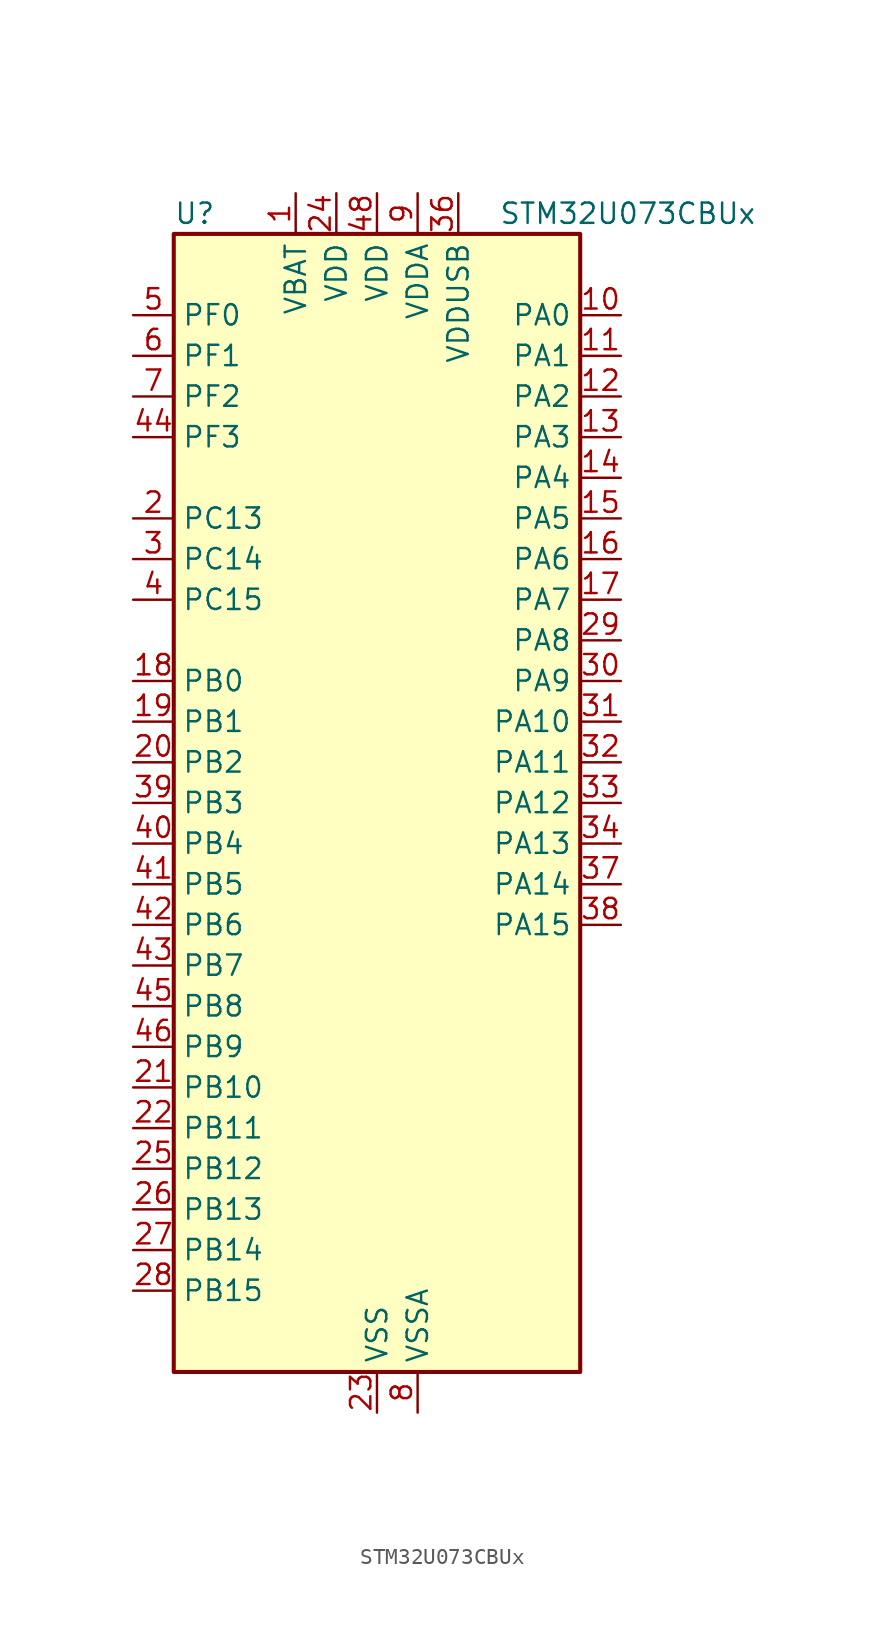
<source format=kicad_sym>
(kicad_symbol_lib
  (version 20241209)
  (generator "kicad_symbol_editor")
  (generator_version "9.0")
  (symbol "STM32U073CBUx"
    (property "Reference" "U"
      (at -12.7 36.83 0)
      (effects (font (size 1.27 1.27)) (justify left)))
    (property "Value" "STM32U073CBUx"
      (at 7.62 36.83 0)
      (effects (font (size 1.27 1.27)) (justify left)))
    (symbol "STM32U073CBUx_0_1"
      (rectangle (start -12.7 -35.56) (end 12.7 35.56) (stroke (width 0.254) (type default)) (fill (type background))))
    (symbol "STM32U073CBUx_1_1"
      (pin bidirectional line (at -15.24 30.48 0) (length 2.54) (name "PF0" (effects (font (size 1.27 1.27)))) (number "5" (effects (font (size 1.27 1.27)))) (alternate "RCC_OSC_IN" bidirectional line))
      (pin bidirectional line (at -15.24 27.94 0) (length 2.54) (name "PF1" (effects (font (size 1.27 1.27)))) (number "6" (effects (font (size 1.27 1.27)))) (alternate "RCC_OSC_EN" bidirectional line) (alternate "RCC_OSC_OUT" bidirectional line))
      (pin bidirectional line (at -15.24 25.4 0) (length 2.54) (name "PF2" (effects (font (size 1.27 1.27)))) (number "7" (effects (font (size 1.27 1.27)))) (alternate "RCC_MCO" bidirectional line))
      (pin bidirectional line (at -15.24 22.86 0) (length 2.54) (name "PF3" (effects (font (size 1.27 1.27)))) (number "44" (effects (font (size 1.27 1.27)))))
      (pin bidirectional line (at -15.24 17.78 0) (length 2.54) (name "PC13" (effects (font (size 1.27 1.27)))) (number "2" (effects (font (size 1.27 1.27)))) (alternate "LPTIM1_CH3" bidirectional line) (alternate "LPTIM3_CH3" bidirectional line) (alternate "PWR_WKUP2" bidirectional line) (alternate "RTC_OUT1" bidirectional line) (alternate "RTC_TS" bidirectional line) (alternate "TAMP_IN1" bidirectional line))
      (pin bidirectional line (at -15.24 15.24 0) (length 2.54) (name "PC14" (effects (font (size 1.27 1.27)))) (number "3" (effects (font (size 1.27 1.27)))) (alternate "RCC_OSC32_IN" bidirectional line))
      (pin bidirectional line (at -15.24 12.7 0) (length 2.54) (name "PC15" (effects (font (size 1.27 1.27)))) (number "4" (effects (font (size 1.27 1.27)))) (alternate "RCC_OSC32_EN" bidirectional line) (alternate "RCC_OSC32_OUT" bidirectional line) (alternate "RCC_OSC_EN" bidirectional line))
      (pin bidirectional line (at -15.24 7.62 0) (length 2.54) (name "PB0" (effects (font (size 1.27 1.27)))) (number "18" (effects (font (size 1.27 1.27)))) (alternate "ADC1_IN17" bidirectional line) (alternate "COMP1_OUT" bidirectional line) (alternate "LCD_SEG5" bidirectional line) (alternate "LPTIM3_CH1" bidirectional line) (alternate "LPUART2_CTS" bidirectional line) (alternate "SPI1_NSS" bidirectional line) (alternate "TIM1_CH2N" bidirectional line) (alternate "TIM3_CH3" bidirectional line) (alternate "TSC_G5_IO2" bidirectional line) (alternate "USART3_CK" bidirectional line))
      (pin bidirectional line (at -15.24 5.08 0) (length 2.54) (name "PB1" (effects (font (size 1.27 1.27)))) (number "19" (effects (font (size 1.27 1.27)))) (alternate "ADC1_IN18" bidirectional line) (alternate "COMP1_INM" bidirectional line) (alternate "LCD_SEG6" bidirectional line) (alternate "LPTIM2_IN1" bidirectional line) (alternate "LPTIM3_CH2" bidirectional line) (alternate "LPUART1_DE" bidirectional line) (alternate "LPUART1_RTS" bidirectional line) (alternate "LPUART2_DE" bidirectional line) (alternate "LPUART2_RTS" bidirectional line) (alternate "TIM1_CH3N" bidirectional line) (alternate "TIM3_CH4" bidirectional line) (alternate "TSC_SYNC" bidirectional line) (alternate "USART3_DE" bidirectional line) (alternate "USART3_RTS" bidirectional line))
      (pin bidirectional line (at -15.24 2.54 0) (length 2.54) (name "PB2" (effects (font (size 1.27 1.27)))) (number "20" (effects (font (size 1.27 1.27)))) (alternate "COMP1_INP" bidirectional line) (alternate "LCD_VLCD" bidirectional line) (alternate "LPTIM1_CH1" bidirectional line) (alternate "RTC_OUT2" bidirectional line))
      (pin bidirectional line (at -15.24 0 0) (length 2.54) (name "PB3" (effects (font (size 1.27 1.27)))) (number "39" (effects (font (size 1.27 1.27)))) (alternate "COMP2_INM" bidirectional line) (alternate "DEBUG_JTDO-SWO" bidirectional line) (alternate "I2C2_SCL" bidirectional line) (alternate "I2C3_SCL" bidirectional line) (alternate "LCD_SEG7" bidirectional line) (alternate "LPTIM1_CH3" bidirectional line) (alternate "SPI1_SCK" bidirectional line) (alternate "SPI3_SCK" bidirectional line) (alternate "TIM2_CH2" bidirectional line) (alternate "USART1_DE" bidirectional line) (alternate "USART1_RTS" bidirectional line))
      (pin bidirectional line (at -15.24 -2.54 0) (length 2.54) (name "PB4" (effects (font (size 1.27 1.27)))) (number "40" (effects (font (size 1.27 1.27)))) (alternate "COMP2_INP" bidirectional line) (alternate "I2C2_SDA" bidirectional line) (alternate "I2C3_SDA" bidirectional line) (alternate "LCD_SEG8" bidirectional line) (alternate "LPTIM1_CH4" bidirectional line) (alternate "LPUART3_DE" bidirectional line) (alternate "LPUART3_RTS" bidirectional line) (alternate "SPI1_MISO" bidirectional line) (alternate "SPI3_MISO" bidirectional line) (alternate "TIM3_CH1" bidirectional line) (alternate "TSC_G2_IO1" bidirectional line) (alternate "USART1_CTS" bidirectional line))
      (pin bidirectional line (at -15.24 -5.08 0) (length 2.54) (name "PB5" (effects (font (size 1.27 1.27)))) (number "41" (effects (font (size 1.27 1.27)))) (alternate "COMP2_OUT" bidirectional line) (alternate "LCD_SEG9" bidirectional line) (alternate "LPTIM1_IN1" bidirectional line) (alternate "LPUART3_CTS" bidirectional line) (alternate "SPI1_MOSI" bidirectional line) (alternate "SPI3_MOSI" bidirectional line) (alternate "TIM16_BKIN" bidirectional line) (alternate "TIM3_CH2" bidirectional line) (alternate "TSC_G2_IO2" bidirectional line) (alternate "USART1_CK" bidirectional line))
      (pin bidirectional line (at -15.24 -7.62 0) (length 2.54) (name "PB6" (effects (font (size 1.27 1.27)))) (number "42" (effects (font (size 1.27 1.27)))) (alternate "COMP2_INP" bidirectional line) (alternate "I2C1_SCL" bidirectional line) (alternate "I2C2_SCL" bidirectional line) (alternate "I2C4_SCL" bidirectional line) (alternate "LPTIM1_ETR" bidirectional line) (alternate "LPUART2_TX" bidirectional line) (alternate "LPUART3_TX" bidirectional line) (alternate "TIM16_CH1N" bidirectional line) (alternate "TSC_G2_IO3" bidirectional line) (alternate "USART1_TX" bidirectional line))
      (pin bidirectional line (at -15.24 -10.16 0) (length 2.54) (name "PB7" (effects (font (size 1.27 1.27)))) (number "43" (effects (font (size 1.27 1.27)))) (alternate "COMP2_INM" bidirectional line) (alternate "I2C1_SDA" bidirectional line) (alternate "I2C2_SDA" bidirectional line) (alternate "I2C4_SDA" bidirectional line) (alternate "LCD_SEG21" bidirectional line) (alternate "LPTIM1_IN2" bidirectional line) (alternate "LPUART2_RX" bidirectional line) (alternate "LPUART3_RX" bidirectional line) (alternate "PWR_PVD_IN" bidirectional line) (alternate "TSC_G2_IO4" bidirectional line) (alternate "USART1_RX" bidirectional line) (alternate "USART4_CTS" bidirectional line))
      (pin bidirectional line (at -15.24 -12.7 0) (length 2.54) (name "PB8" (effects (font (size 1.27 1.27)))) (number "45" (effects (font (size 1.27 1.27)))) (alternate "I2C1_SCL" bidirectional line) (alternate "I2C2_SCL" bidirectional line) (alternate "LCD_SEG16" bidirectional line) (alternate "LPTIM1_IN2" bidirectional line) (alternate "LPTIM3_IN2" bidirectional line) (alternate "TIM16_CH1" bidirectional line) (alternate "USART3_TX" bidirectional line))
      (pin bidirectional line (at -15.24 -15.24 0) (length 2.54) (name "PB9" (effects (font (size 1.27 1.27)))) (number "46" (effects (font (size 1.27 1.27)))) (alternate "DAC1_EXTI9" bidirectional line) (alternate "I2C1_SDA" bidirectional line) (alternate "I2C2_SDA" bidirectional line) (alternate "IR_OUT" bidirectional line) (alternate "LCD_COM3" bidirectional line) (alternate "LPTIM1_CH4" bidirectional line) (alternate "LPTIM3_CH4" bidirectional line) (alternate "SPI2_NSS" bidirectional line) (alternate "USART3_RX" bidirectional line))
      (pin bidirectional line (at -15.24 -17.78 0) (length 2.54) (name "PB10" (effects (font (size 1.27 1.27)))) (number "21" (effects (font (size 1.27 1.27)))) (alternate "COMP1_OUT" bidirectional line) (alternate "I2C2_SCL" bidirectional line) (alternate "I2C4_SCL" bidirectional line) (alternate "LCD_SEG10" bidirectional line) (alternate "LPTIM3_CH1" bidirectional line) (alternate "LPUART1_RX" bidirectional line) (alternate "LPUART2_RX" bidirectional line) (alternate "SPI2_SCK" bidirectional line) (alternate "TIM2_CH3" bidirectional line) (alternate "TSC_G5_IO3" bidirectional line) (alternate "USART3_TX" bidirectional line))
      (pin bidirectional line (at -15.24 -20.32 0) (length 2.54) (name "PB11" (effects (font (size 1.27 1.27)))) (number "22" (effects (font (size 1.27 1.27)))) (alternate "ADC1_EXTI11" bidirectional line) (alternate "COMP2_OUT" bidirectional line) (alternate "I2C2_SDA" bidirectional line) (alternate "I2C4_SDA" bidirectional line) (alternate "LCD_SEG11" bidirectional line) (alternate "LPUART1_TX" bidirectional line) (alternate "LPUART2_TX" bidirectional line) (alternate "TIM2_CH4" bidirectional line) (alternate "TSC_G5_IO4" bidirectional line) (alternate "USART3_RX" bidirectional line))
      (pin bidirectional line (at -15.24 -22.86 0) (length 2.54) (name "PB12" (effects (font (size 1.27 1.27)))) (number "25" (effects (font (size 1.27 1.27)))) (alternate "LCD_SEG12" bidirectional line) (alternate "LPUART1_DE" bidirectional line) (alternate "LPUART1_RTS" bidirectional line) (alternate "SPI2_NSS" bidirectional line) (alternate "TIM15_BKIN" bidirectional line) (alternate "TIM1_BKIN" bidirectional line) (alternate "TSC_G1_IO1" bidirectional line) (alternate "USART3_CK" bidirectional line))
      (pin bidirectional line (at -15.24 -25.4 0) (length 2.54) (name "PB13" (effects (font (size 1.27 1.27)))) (number "26" (effects (font (size 1.27 1.27)))) (alternate "I2C2_SCL" bidirectional line) (alternate "LCD_SEG13" bidirectional line) (alternate "LPTIM3_IN1" bidirectional line) (alternate "LPUART1_CTS" bidirectional line) (alternate "SPI2_SCK" bidirectional line) (alternate "TIM15_CH1N" bidirectional line) (alternate "TIM1_CH1N" bidirectional line) (alternate "TSC_G1_IO2" bidirectional line) (alternate "USART3_CTS" bidirectional line))
      (pin bidirectional line (at -15.24 -27.94 0) (length 2.54) (name "PB14" (effects (font (size 1.27 1.27)))) (number "27" (effects (font (size 1.27 1.27)))) (alternate "I2C2_SDA" bidirectional line) (alternate "LCD_SEG14" bidirectional line) (alternate "LPTIM3_ETR" bidirectional line) (alternate "SPI2_MISO" bidirectional line) (alternate "TIM15_CH1" bidirectional line) (alternate "TIM1_CH2N" bidirectional line) (alternate "TSC_G1_IO3" bidirectional line) (alternate "USART3_DE" bidirectional line) (alternate "USART3_RTS" bidirectional line))
      (pin bidirectional line (at -15.24 -30.48 0) (length 2.54) (name "PB15" (effects (font (size 1.27 1.27)))) (number "28" (effects (font (size 1.27 1.27)))) (alternate "LCD_SEG15" bidirectional line) (alternate "PWR_WKUP7" bidirectional line) (alternate "RTC_REFIN" bidirectional line) (alternate "SPI2_MOSI" bidirectional line) (alternate "TAMP_IN3" bidirectional line) (alternate "TIM15_CH2" bidirectional line) (alternate "TIM1_CH3N" bidirectional line) (alternate "TSC_G1_IO4" bidirectional line))
      (pin power_in line (at -5.08 38.1 270) (length 2.54) (name "VBAT" (effects (font (size 1.27 1.27)))) (number "1" (effects (font (size 1.27 1.27)))))
      (pin power_in line (at -2.54 38.1 270) (length 2.54) (name "VDD" (effects (font (size 1.27 1.27)))) (number "24" (effects (font (size 1.27 1.27)))))
      (pin power_in line (at 0 38.1 270) (length 2.54) (name "VDD" (effects (font (size 1.27 1.27)))) (number "48" (effects (font (size 1.27 1.27)))))
      (pin power_in line (at 0 -38.1 90) (length 2.54) (name "VSS" (effects (font (size 1.27 1.27)))) (number "23" (effects (font (size 1.27 1.27)))))
      (pin passive line (at 0 -38.1 90) (length 2.54) (hide yes) (name "VSS" (effects (font (size 1.27 1.27)))) (number "35" (effects (font (size 1.27 1.27)))))
      (pin passive line (at 0 -38.1 90) (length 2.54) (hide yes) (name "VSS" (effects (font (size 1.27 1.27)))) (number "47" (effects (font (size 1.27 1.27)))))
      (pin passive line (at 0 -38.1 90) (length 2.54) (hide yes) (name "VSS" (effects (font (size 1.27 1.27)))) (number "49" (effects (font (size 1.27 1.27)))))
      (pin power_in line (at 2.54 38.1 270) (length 2.54) (name "VDDA" (effects (font (size 1.27 1.27)))) (number "9" (effects (font (size 1.27 1.27)))))
      (pin power_in line (at 2.54 -38.1 90) (length 2.54) (name "VSSA" (effects (font (size 1.27 1.27)))) (number "8" (effects (font (size 1.27 1.27)))))
      (pin power_in line (at 5.08 38.1 270) (length 2.54) (name "VDDUSB" (effects (font (size 1.27 1.27)))) (number "36" (effects (font (size 1.27 1.27)))))
      (pin bidirectional line (at 15.24 30.48 180) (length 2.54) (name "PA0" (effects (font (size 1.27 1.27)))) (number "10" (effects (font (size 1.27 1.27)))) (alternate "ADC1_IN4" bidirectional line) (alternate "COMP1_INM" bidirectional line) (alternate "COMP1_OUT" bidirectional line) (alternate "LCD_SEG42" bidirectional line) (alternate "OPAMP1_VINP" bidirectional line) (alternate "PWR_WKUP1" bidirectional line) (alternate "TAMP_IN2" bidirectional line) (alternate "TIM2_CH1" bidirectional line) (alternate "TIM2_ETR" bidirectional line) (alternate "USART2_CTS" bidirectional line) (alternate "USART4_TX" bidirectional line))
      (pin bidirectional line (at 15.24 27.94 180) (length 2.54) (name "PA1" (effects (font (size 1.27 1.27)))) (number "11" (effects (font (size 1.27 1.27)))) (alternate "ADC1_IN5" bidirectional line) (alternate "COMP1_INP" bidirectional line) (alternate "LCD_SEG0" bidirectional line) (alternate "LPTIM1_CH2" bidirectional line) (alternate "OPAMP1_VINM" bidirectional line) (alternate "PWR_WKUP3" bidirectional line) (alternate "SPI1_SCK" bidirectional line) (alternate "SPI2_SCK" bidirectional line) (alternate "TAMP_IN5" bidirectional line) (alternate "TIM15_CH1N" bidirectional line) (alternate "TIM2_CH2" bidirectional line) (alternate "USART2_DE" bidirectional line) (alternate "USART2_RTS" bidirectional line) (alternate "USART4_RX" bidirectional line))
      (pin bidirectional line (at 15.24 25.4 180) (length 2.54) (name "PA2" (effects (font (size 1.27 1.27)))) (number "12" (effects (font (size 1.27 1.27)))) (alternate "ADC1_IN6" bidirectional line) (alternate "COMP2_INM" bidirectional line) (alternate "COMP2_OUT" bidirectional line) (alternate "LCD_SEG1" bidirectional line) (alternate "LPUART1_TX" bidirectional line) (alternate "PWR_WKUP4" bidirectional line) (alternate "RCC_LSCO" bidirectional line) (alternate "TIM15_CH1" bidirectional line) (alternate "TIM2_CH3" bidirectional line) (alternate "USART2_TX" bidirectional line))
      (pin bidirectional line (at 15.24 22.86 180) (length 2.54) (name "PA3" (effects (font (size 1.27 1.27)))) (number "13" (effects (font (size 1.27 1.27)))) (alternate "ADC1_IN7" bidirectional line) (alternate "COMP2_INP" bidirectional line) (alternate "LCD_SEG2" bidirectional line) (alternate "LPUART1_RX" bidirectional line) (alternate "OPAMP1_VOUT" bidirectional line) (alternate "TIM15_CH2" bidirectional line) (alternate "TIM2_CH4" bidirectional line) (alternate "USART2_RX" bidirectional line))
      (pin bidirectional line (at 15.24 20.32 180) (length 2.54) (name "PA4" (effects (font (size 1.27 1.27)))) (number "14" (effects (font (size 1.27 1.27)))) (alternate "ADC1_IN8" bidirectional line) (alternate "COMP1_INM" bidirectional line) (alternate "COMP2_INM" bidirectional line) (alternate "DAC1_OUT1" bidirectional line) (alternate "LCD_SEG43" bidirectional line) (alternate "LPTIM2_CH1" bidirectional line) (alternate "LPUART3_TX" bidirectional line) (alternate "SPI1_NSS" bidirectional line) (alternate "SPI3_NSS" bidirectional line) (alternate "USART2_CK" bidirectional line))
      (pin bidirectional line (at 15.24 17.78 180) (length 2.54) (name "PA5" (effects (font (size 1.27 1.27)))) (number "15" (effects (font (size 1.27 1.27)))) (alternate "ADC1_IN9" bidirectional line) (alternate "COMP1_INM" bidirectional line) (alternate "COMP2_INM" bidirectional line) (alternate "LCD_SEG44" bidirectional line) (alternate "LPTIM2_ETR" bidirectional line) (alternate "LPUART3_RX" bidirectional line) (alternate "SPI1_SCK" bidirectional line) (alternate "TIM2_CH1" bidirectional line) (alternate "TIM2_ETR" bidirectional line) (alternate "USART3_TX" bidirectional line))
      (pin bidirectional line (at 15.24 15.24 180) (length 2.54) (name "PA6" (effects (font (size 1.27 1.27)))) (number "16" (effects (font (size 1.27 1.27)))) (alternate "ADC1_IN10" bidirectional line) (alternate "COMP1_OUT" bidirectional line) (alternate "I2C2_SDA" bidirectional line) (alternate "I2C3_SDA" bidirectional line) (alternate "LCD_SEG3" bidirectional line) (alternate "LPUART1_CTS" bidirectional line) (alternate "SPI1_MISO" bidirectional line) (alternate "TIM16_CH1" bidirectional line) (alternate "TIM1_BKIN" bidirectional line) (alternate "TIM3_CH1" bidirectional line) (alternate "TSC_G5_IO1" bidirectional line) (alternate "USART3_CTS" bidirectional line))
      (pin bidirectional line (at 15.24 12.7 180) (length 2.54) (name "PA7" (effects (font (size 1.27 1.27)))) (number "17" (effects (font (size 1.27 1.27)))) (alternate "ADC1_IN14" bidirectional line) (alternate "COMP2_OUT" bidirectional line) (alternate "I2C2_SCL" bidirectional line) (alternate "I2C3_SCL" bidirectional line) (alternate "LCD_SEG4" bidirectional line) (alternate "LPTIM2_CH2" bidirectional line) (alternate "SPI1_MOSI" bidirectional line) (alternate "TIM1_CH1N" bidirectional line) (alternate "TIM3_CH2" bidirectional line) (alternate "USART3_RX" bidirectional line))
      (pin bidirectional line (at 15.24 10.16 180) (length 2.54) (name "PA8" (effects (font (size 1.27 1.27)))) (number "29" (effects (font (size 1.27 1.27)))) (alternate "LCD_COM0" bidirectional line) (alternate "LPTIM2_CH1" bidirectional line) (alternate "RCC_MCO" bidirectional line) (alternate "RCC_MCO2" bidirectional line) (alternate "TIM1_CH1" bidirectional line) (alternate "TSC_G7_IO1" bidirectional line) (alternate "USART1_CK" bidirectional line))
      (pin bidirectional line (at 15.24 7.62 180) (length 2.54) (name "PA9" (effects (font (size 1.27 1.27)))) (number "30" (effects (font (size 1.27 1.27)))) (alternate "COMP1_INP" bidirectional line) (alternate "DAC1_EXTI9" bidirectional line) (alternate "I2C1_SCL" bidirectional line) (alternate "I2C2_SCL" bidirectional line) (alternate "LCD_COM1" bidirectional line) (alternate "RCC_MCO" bidirectional line) (alternate "TIM15_BKIN" bidirectional line) (alternate "TIM1_CH2" bidirectional line) (alternate "TSC_G7_IO2" bidirectional line) (alternate "USART1_TX" bidirectional line))
      (pin bidirectional line (at 15.24 5.08 180) (length 2.54) (name "PA10" (effects (font (size 1.27 1.27)))) (number "31" (effects (font (size 1.27 1.27)))) (alternate "CRS_SYNC" bidirectional line) (alternate "I2C1_SDA" bidirectional line) (alternate "I2C2_SDA" bidirectional line) (alternate "LCD_COM2" bidirectional line) (alternate "RCC_MCO2" bidirectional line) (alternate "SPI2_NSS" bidirectional line) (alternate "TIM1_CH3" bidirectional line) (alternate "TSC_G7_IO3" bidirectional line) (alternate "USART1_RX" bidirectional line))
      (pin bidirectional line (at 15.24 2.54 180) (length 2.54) (name "PA11" (effects (font (size 1.27 1.27)))) (number "32" (effects (font (size 1.27 1.27)))) (alternate "ADC1_EXTI11" bidirectional line) (alternate "COMP1_OUT" bidirectional line) (alternate "SPI1_MISO" bidirectional line) (alternate "SPI2_MISO" bidirectional line) (alternate "TIM1_BKIN2" bidirectional line) (alternate "TIM1_CH4" bidirectional line) (alternate "USART1_CTS" bidirectional line) (alternate "USB_DM" bidirectional line))
      (pin bidirectional line (at 15.24 0 180) (length 2.54) (name "PA12" (effects (font (size 1.27 1.27)))) (number "33" (effects (font (size 1.27 1.27)))) (alternate "SPI1_MOSI" bidirectional line) (alternate "SPI2_MOSI" bidirectional line) (alternate "TIM1_ETR" bidirectional line) (alternate "USART1_DE" bidirectional line) (alternate "USART1_RTS" bidirectional line) (alternate "USB_DP" bidirectional line))
      (pin bidirectional line (at 15.24 -2.54 180) (length 2.54) (name "PA13" (effects (font (size 1.27 1.27)))) (number "34" (effects (font (size 1.27 1.27)))) (alternate "DEBUG_JTMS-SWDIO" bidirectional line) (alternate "IR_OUT" bidirectional line) (alternate "LCD_SEG40" bidirectional line) (alternate "TSC_G7_IO4" bidirectional line) (alternate "USB_NOE" bidirectional line))
      (pin bidirectional line (at 15.24 -5.08 180) (length 2.54) (name "PA14" (effects (font (size 1.27 1.27)))) (number "37" (effects (font (size 1.27 1.27)))) (alternate "DEBUG_JTCK-SWCLK" bidirectional line) (alternate "LCD_SEG41" bidirectional line) (alternate "LPTIM1_CH1" bidirectional line) (alternate "TSC_G3_IO4" bidirectional line))
      (pin bidirectional line (at 15.24 -7.62 180) (length 2.54) (name "PA15" (effects (font (size 1.27 1.27)))) (number "38" (effects (font (size 1.27 1.27)))) (alternate "DEBUG_JTDI" bidirectional line) (alternate "LCD_SEG17" bidirectional line) (alternate "LPTIM3_CH3" bidirectional line) (alternate "LPTIM3_IN2" bidirectional line) (alternate "SPI1_NSS" bidirectional line) (alternate "SPI3_NSS" bidirectional line) (alternate "TIM2_CH1" bidirectional line) (alternate "TIM2_ETR" bidirectional line) (alternate "TSC_G3_IO1" bidirectional line) (alternate "USART2_RX" bidirectional line) (alternate "USART3_DE" bidirectional line) (alternate "USART3_RTS" bidirectional line) (alternate "USART4_DE" bidirectional line) (alternate "USART4_RTS" bidirectional line)))))
</source>
